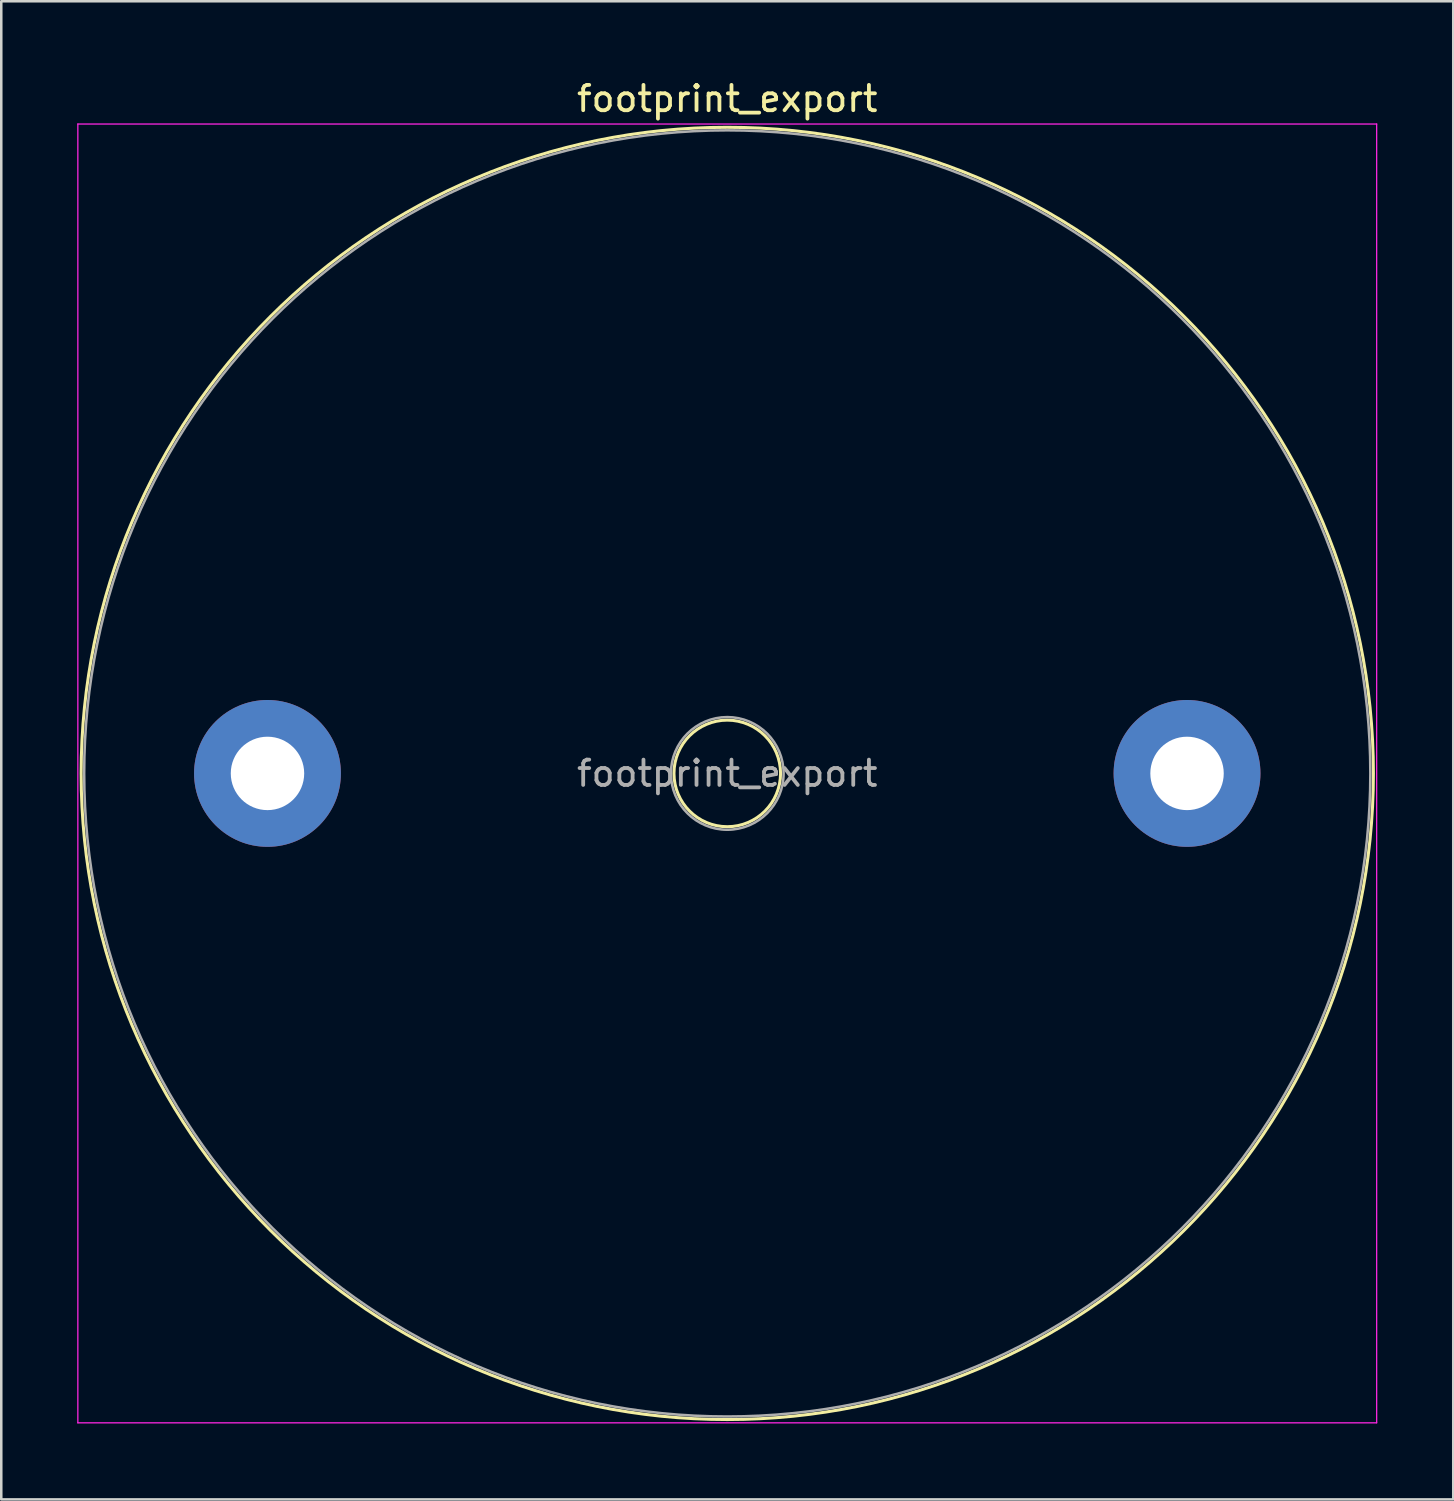
<source format=kicad_pcb>
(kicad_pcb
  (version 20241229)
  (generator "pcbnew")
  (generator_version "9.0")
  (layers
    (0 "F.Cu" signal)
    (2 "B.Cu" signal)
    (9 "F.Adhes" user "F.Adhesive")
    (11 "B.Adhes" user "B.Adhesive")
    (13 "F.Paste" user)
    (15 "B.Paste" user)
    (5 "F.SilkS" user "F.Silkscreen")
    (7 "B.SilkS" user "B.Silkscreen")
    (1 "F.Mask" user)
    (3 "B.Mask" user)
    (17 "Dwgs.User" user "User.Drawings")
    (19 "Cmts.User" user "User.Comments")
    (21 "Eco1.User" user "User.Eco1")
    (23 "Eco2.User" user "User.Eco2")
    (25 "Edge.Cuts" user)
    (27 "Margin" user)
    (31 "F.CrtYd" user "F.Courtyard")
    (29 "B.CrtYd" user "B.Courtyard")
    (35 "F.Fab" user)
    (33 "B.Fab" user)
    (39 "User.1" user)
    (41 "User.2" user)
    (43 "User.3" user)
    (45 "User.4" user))
  (footprint "footprint_export"
    (layer "F.Cu")
    (at 7.515 27.498)
    (property "Reference" "footprint_export" (at 18.16 -26.65 0) (layer "F.SilkS") (effects (font (size 1 1) (thickness 0.15))))
    (attr through_hole)
    (fp_circle (center 18.16 0) (end 20.265 0) (stroke (width 0.12) (type solid)) (fill no) (layer "F.SilkS"))
    (fp_circle (center 18.16 0) (end 43.68 0) (stroke (width 0.12) (type solid)) (fill no) (layer "F.SilkS"))
    (fp_line (start -7.49 -25.65) (end -7.49 25.65) (stroke (width 0.05) (type solid)) (layer "F.CrtYd"))
    (fp_line (start -7.49 25.65) (end 43.81 25.65) (stroke (width 0.05) (type solid)) (layer "F.CrtYd"))
    (fp_line (start 43.81 -25.65) (end -7.49 -25.65) (stroke (width 0.05) (type solid)) (layer "F.CrtYd"))
    (fp_line (start 43.81 25.65) (end 43.81 -25.65) (stroke (width 0.05) (type solid)) (layer "F.CrtYd"))
    (fp_circle (center 18.16 0) (end 20.385 0) (stroke (width 0.1) (type solid)) (fill no) (layer "F.Fab"))
    (fp_circle (center 18.16 0) (end 43.56 0) (stroke (width 0.1) (type solid)) (fill no) (layer "F.Fab"))
    (fp_text user "${REFERENCE}" (at 18.16 0 0) (layer "F.Fab") (effects (font (size 1 1) (thickness 0.15))))
    (pad "1" thru_hole circle (at 0 0) (size 5.8 5.8) (drill 2.9) (layers "*.Cu" "*.Mask"))
    (pad "2" thru_hole circle (at 36.32 0) (size 5.8 5.8) (drill 2.9) (layers "*.Cu" "*.Mask")))
  (gr_rect
    (start -3 -3)
    (end 54.35 56.173)
    (stroke (width 0.1) (type default))
    (fill no)
    (layer "Edge.Cuts")))
</source>
